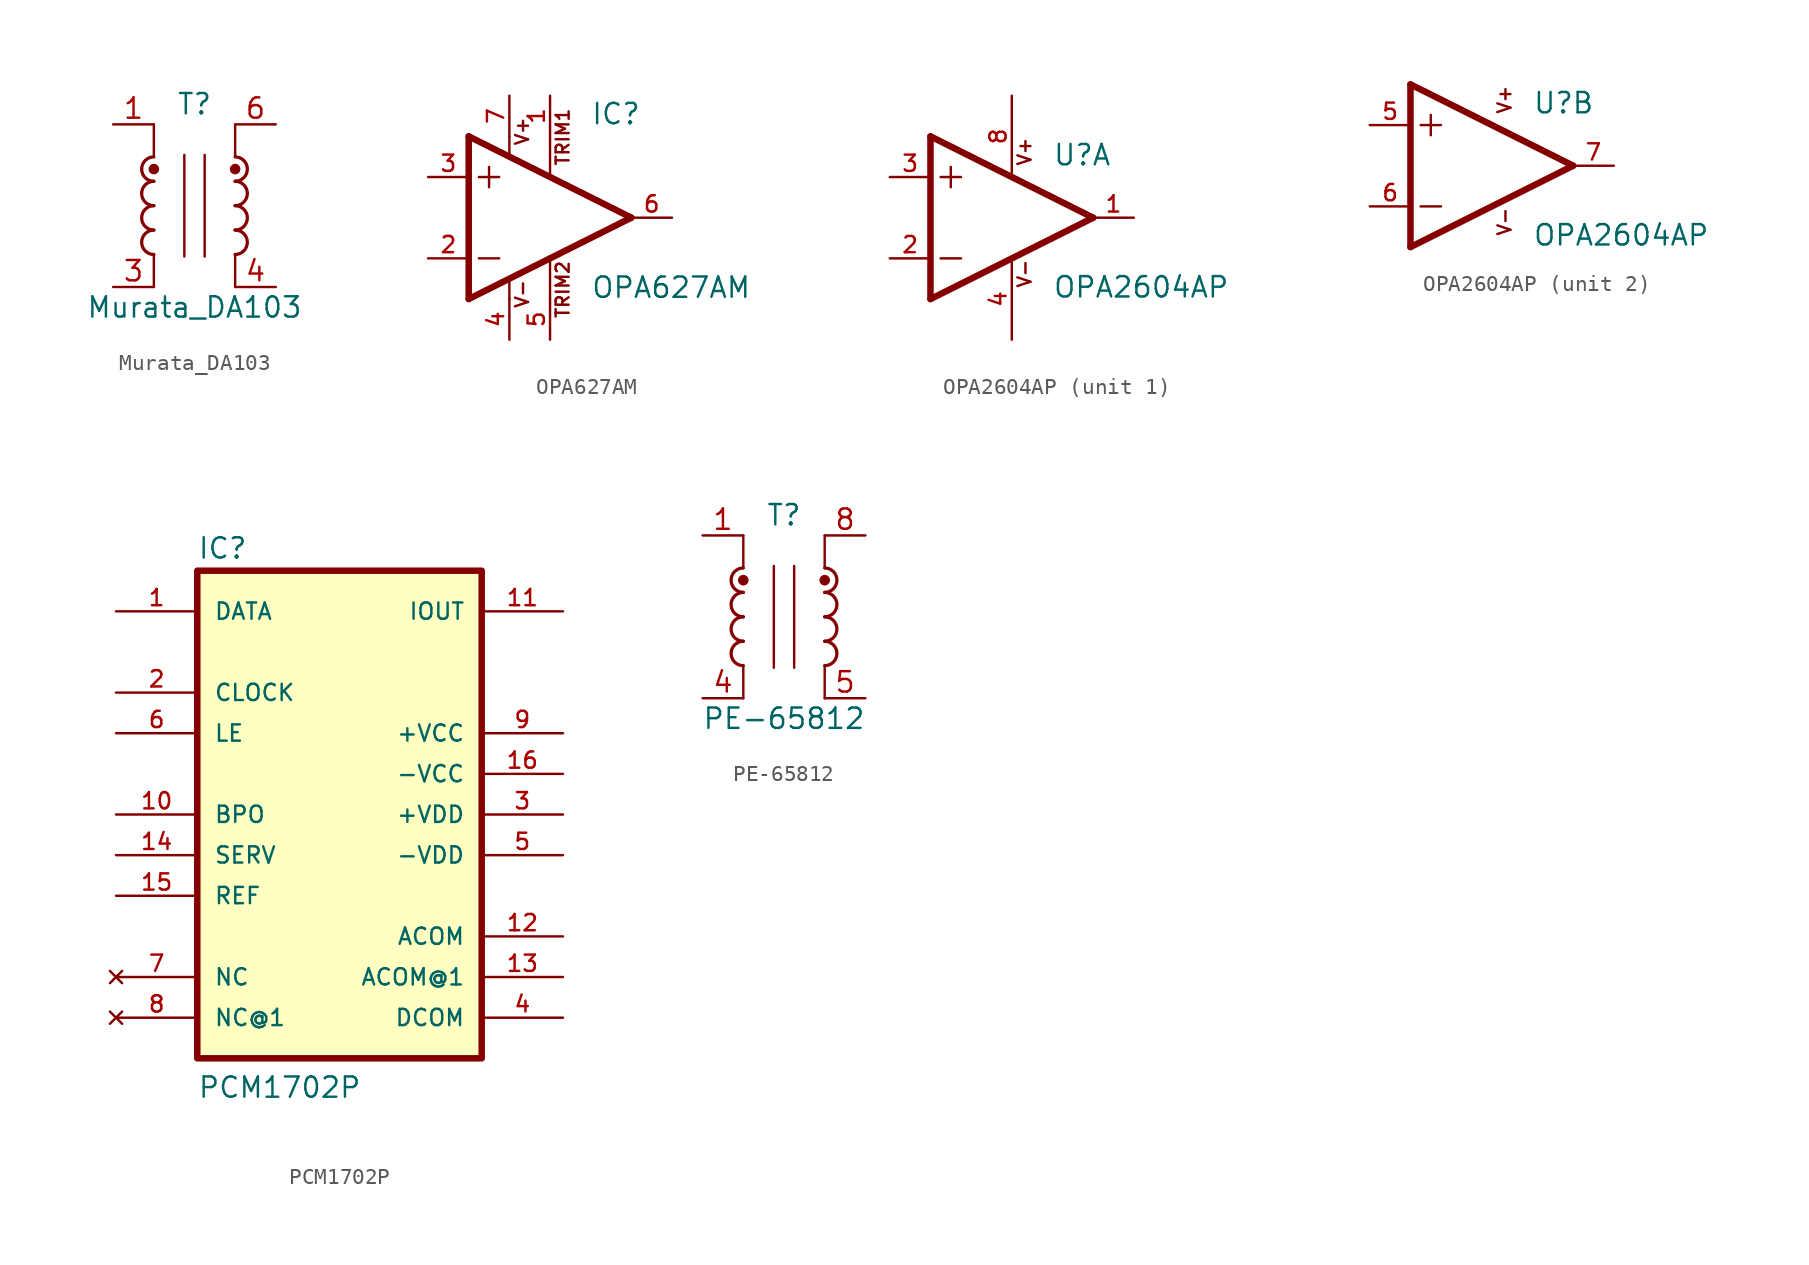
<source format=kicad_sym>
(kicad_symbol_lib
  (version 20231120)
  (generator "kicad_symbol_editor")
  (generator_version "8.0")
  (symbol "Murata_DA103"
    (pin_names hide)
    (property "Reference" "T"
      (at 0 6.35 0)
      (effects (font (size 1.27 1.27))))
    (property "Value" "Murata_DA103"
      (at 0 -6.35 0)
      (effects (font (size 1.27 1.27))))
    (symbol "Murata_DA103_0_1"
      (arc (start -2.54 -1.524) (mid -3.2987 -2.286) (end -2.54 -3.048) (stroke (width 0.2032) (type solid)) (fill (type none)))
      (arc (start -2.54 0) (mid -3.2987 -0.762) (end -2.54 -1.524) (stroke (width 0.2032) (type solid)) (fill (type none)))
      (arc (start -2.54 1.524) (mid -3.2987 0.762) (end -2.54 0) (stroke (width 0.2032) (type solid)) (fill (type none)))
      (circle (center -2.54 2.286) (radius 0.254) (stroke (width 0) (type solid)) (fill (type outline)))
      (polyline (pts (xy -2.54 -3.048) (xy -2.54 -5.08)) (stroke (width 0) (type solid)) (fill (type none)))
      (polyline (pts (xy -2.54 5.08) (xy -2.54 3.048)) (stroke (width 0) (type solid)) (fill (type none)))
      (polyline (pts (xy -0.635 3.175) (xy -0.635 -3.175)) (stroke (width 0) (type solid)) (fill (type none)))
      (polyline (pts (xy 0.635 3.175) (xy 0.635 -3.175)) (stroke (width 0) (type solid)) (fill (type none)))
      (polyline (pts (xy 2.54 -3.048) (xy 2.54 -5.08)) (stroke (width 0) (type solid)) (fill (type none)))
      (polyline (pts (xy 2.54 5.08) (xy 2.54 3.048)) (stroke (width 0) (type solid)) (fill (type none)))
      (arc (start 2.54 -3.048) (mid 3.2987 -2.286) (end 2.54 -1.524) (stroke (width 0.2032) (type solid)) (fill (type none)))
      (arc (start 2.54 -1.524) (mid 3.2987 -0.762) (end 2.54 0) (stroke (width 0.2032) (type solid)) (fill (type none)))
      (arc (start 2.54 0) (mid 3.2987 0.762) (end 2.54 1.524) (stroke (width 0.2032) (type solid)) (fill (type none)))
      (arc (start 2.54 1.524) (mid 3.2987 2.286) (end 2.54 3.048) (stroke (width 0.2032) (type solid)) (fill (type none)))
      (circle (center 2.54 2.286) (radius 0.254) (stroke (width 0) (type solid)) (fill (type outline))))
    (symbol "Murata_DA103_1_1"
      (arc (start -2.54 3.048) (mid -3.2987 2.286) (end -2.54 1.524) (stroke (width 0.2032) (type solid)) (fill (type none)))
      (pin passive line (at -5.08 5.08 0) (length 2.54) (name "~" (effects (font (size 1.27 1.27)))) (number "1" (effects (font (size 1.27 1.27)))))
      (pin passive line (at -5.08 -5.08 0) (length 2.54) (name "~" (effects (font (size 1.27 1.27)))) (number "3" (effects (font (size 1.27 1.27)))))
      (pin passive line (at 5.08 -5.08 180) (length 2.54) (name "~" (effects (font (size 1.27 1.27)))) (number "4" (effects (font (size 1.27 1.27)))))
      (pin passive line (at 5.08 5.08 180) (length 2.54) (name "~" (effects (font (size 1.27 1.27)))) (number "6" (effects (font (size 1.27 1.27)))))))
  (symbol "OPA627AM"
    (pin_names
      (offset 1.016) hide)
    (property "Reference" "IC"
      (at 2.54 5.74 0)
      (effects (font (size 1.27 1.27)) (justify left bottom)))
    (property "Value" "OPA627AM"
      (at 2.54 -5.105 0)
      (effects (font (size 1.27 1.27)) (justify left bottom)))
    (property "ki_locked" ""
      (at 0 0 0)
      (effects (font (size 1.27 1.27))))
    (symbol "OPA627AM_0_0"
      (polyline (pts (xy -5.08 -5.08) (xy 5.08 0)) (stroke (width 0.406) (type solid)) (fill (type none)))
      (polyline (pts (xy -5.08 5.08) (xy -5.08 -5.08)) (stroke (width 0.406) (type solid)) (fill (type none)))
      (polyline (pts (xy -4.445 -2.54) (xy -3.175 -2.54)) (stroke (width 0.152) (type solid)) (fill (type none)))
      (polyline (pts (xy -4.445 2.54) (xy -3.175 2.54)) (stroke (width 0.152) (type solid)) (fill (type none)))
      (polyline (pts (xy -3.81 3.175) (xy -3.81 1.905)) (stroke (width 0.152) (type solid)) (fill (type none)))
      (polyline (pts (xy -2.54 -3.912) (xy -2.54 -5.08)) (stroke (width 0.152) (type solid)) (fill (type none)))
      (polyline (pts (xy -2.54 5.08) (xy -2.54 3.886)) (stroke (width 0.152) (type solid)) (fill (type none)))
      (polyline (pts (xy 0 -2.616) (xy 0 -5.08)) (stroke (width 0.152) (type solid)) (fill (type none)))
      (polyline (pts (xy 0 5.055) (xy 0 2.616)) (stroke (width 0.152) (type solid)) (fill (type none)))
      (polyline (pts (xy 5.08 0) (xy -5.08 5.08)) (stroke (width 0.406) (type solid)) (fill (type none)))
      (text "TRIM1" (at 1.27 3.175 900) (effects (font (size 0.813 0.813)) (justify left bottom)))
      (text "TRIM2" (at 1.27 -6.35 900) (effects (font (size 0.813 0.813)) (justify left bottom)))
      (text "V+" (at -1.27 4.445 900) (effects (font (size 0.813 0.813)) (justify left bottom)))
      (text "V-" (at -1.27 -5.715 900) (effects (font (size 0.813 0.813)) (justify left bottom)))
      (pin passive line (at 0 7.62 270) (length 2.54) (name "~" (effects (font (size 1.016 1.016)))) (number "1" (effects (font (size 1.016 1.016)))))
      (pin input line (at -7.62 -2.54 0) (length 2.54) (name "~" (effects (font (size 1.016 1.016)))) (number "2" (effects (font (size 1.016 1.016)))))
      (pin input line (at -7.62 2.54 0) (length 2.54) (name "~" (effects (font (size 1.016 1.016)))) (number "3" (effects (font (size 1.016 1.016)))))
      (pin power_in line (at -2.54 -7.62 90) (length 2.54) (name "~" (effects (font (size 1.016 1.016)))) (number "4" (effects (font (size 1.016 1.016)))))
      (pin passive line (at 0 -7.62 90) (length 2.54) (name "~" (effects (font (size 1.016 1.016)))) (number "5" (effects (font (size 1.016 1.016)))))
      (pin output line (at 7.62 0 180) (length 2.54) (name "~" (effects (font (size 1.016 1.016)))) (number "6" (effects (font (size 1.016 1.016)))))
      (pin power_in line (at -2.54 7.62 270) (length 2.54) (name "~" (effects (font (size 1.016 1.016)))) (number "7" (effects (font (size 1.016 1.016)))))))
  (symbol "OPA2604AP"
    (pin_names
      (offset 1.016) hide)
    (property "Reference" "U"
      (at 2.54 3.175 0)
      (effects (font (size 1.27 1.27)) (justify left bottom)))
    (property "Value" "OPA2604AP"
      (at 2.54 -5.08 0)
      (effects (font (size 1.27 1.27)) (justify left bottom)))
    (property "ki_locked" ""
      (at 0 0 0)
      (effects (font (size 1.27 1.27))))
    (symbol "OPA2604AP_0_0"
      (text "V+" (at 1.27 3.175 900) (effects (font (size 0.813 0.813)) (justify left bottom)))
      (text "V-" (at 1.27 -4.445 900) (effects (font (size 0.813 0.813)) (justify left bottom))))
    (symbol "OPA2604AP_1_0"
      (polyline (pts (xy -5.08 -5.08) (xy 5.08 0)) (stroke (width 0.406) (type solid)) (fill (type none)))
      (polyline (pts (xy -5.08 5.08) (xy -5.08 -5.08)) (stroke (width 0.406) (type solid)) (fill (type none)))
      (polyline (pts (xy -4.445 -2.54) (xy -3.175 -2.54)) (stroke (width 0.152) (type solid)) (fill (type none)))
      (polyline (pts (xy -4.445 2.54) (xy -3.175 2.54)) (stroke (width 0.152) (type solid)) (fill (type none)))
      (polyline (pts (xy -3.81 3.175) (xy -3.81 1.905)) (stroke (width 0.152) (type solid)) (fill (type none)))
      (polyline (pts (xy 5.08 0) (xy -5.08 5.08)) (stroke (width 0.406) (type solid)) (fill (type none)))
      (pin output line (at 7.62 0 180) (length 2.54) (name "~" (effects (font (size 1.016 1.016)))) (number "1" (effects (font (size 1.016 1.016)))))
      (pin input line (at -7.62 -2.54 0) (length 2.54) (name "~" (effects (font (size 1.016 1.016)))) (number "2" (effects (font (size 1.016 1.016)))))
      (pin input line (at -7.62 2.54 0) (length 2.54) (name "~" (effects (font (size 1.016 1.016)))) (number "3" (effects (font (size 1.016 1.016)))))
      (pin power_in line (at 0 -7.62 90) (length 5.08) (name "~" (effects (font (size 1.016 1.016)))) (number "4" (effects (font (size 1.016 1.016)))))
      (pin power_in line (at 0 7.62 270) (length 5.08) (name "~" (effects (font (size 1.016 1.016)))) (number "8" (effects (font (size 1.016 1.016))))))
    (symbol "OPA2604AP_2_0"
      (polyline (pts (xy -5.08 -5.08) (xy 5.08 0)) (stroke (width 0.406) (type solid)) (fill (type none)))
      (polyline (pts (xy -5.08 5.08) (xy -5.08 -5.08)) (stroke (width 0.406) (type solid)) (fill (type none)))
      (polyline (pts (xy -4.445 -2.54) (xy -3.175 -2.54)) (stroke (width 0.152) (type solid)) (fill (type none)))
      (polyline (pts (xy -4.445 2.54) (xy -3.175 2.54)) (stroke (width 0.152) (type solid)) (fill (type none)))
      (polyline (pts (xy -3.81 3.175) (xy -3.81 1.905)) (stroke (width 0.152) (type solid)) (fill (type none)))
      (polyline (pts (xy 5.08 0) (xy -5.08 5.08)) (stroke (width 0.406) (type solid)) (fill (type none)))
      (pin input line (at -7.62 2.54 0) (length 2.54) (name "~" (effects (font (size 1.016 1.016)))) (number "5" (effects (font (size 1.016 1.016)))))
      (pin input line (at -7.62 -2.54 0) (length 2.54) (name "~" (effects (font (size 1.016 1.016)))) (number "6" (effects (font (size 1.016 1.016)))))
      (pin output line (at 7.62 0 180) (length 2.54) (name "~" (effects (font (size 1.016 1.016)))) (number "7" (effects (font (size 1.016 1.016)))))))
  (symbol "PCM1702P"
    (pin_names
      (offset 1.016))
    (property "Reference" "IC"
      (at -7.62 15.9 0)
      (effects (font (size 1.27 1.27)) (justify left bottom)))
    (property "Value" "PCM1702P"
      (at -7.62 -17.805 0)
      (effects (font (size 1.27 1.27)) (justify left bottom)))
    (property "ki_locked" ""
      (at 0 0 0)
      (effects (font (size 1.27 1.27))))
    (symbol "PCM1702P_0_0"
      (rectangle (start -7.62 -15.24) (end 10.16 15.24) (stroke (width 0.406) (type solid)) (fill (type background)))
      (pin input line (at -12.7 12.7 0) (length 5.08) (name "DATA" (effects (font (size 1.016 1.016)))) (number "1" (effects (font (size 1.016 1.016)))))
      (pin passive line (at -12.7 0 0) (length 5.08) (name "BPO" (effects (font (size 1.016 1.016)))) (number "10" (effects (font (size 1.016 1.016)))))
      (pin output line (at 15.24 12.7 180) (length 5.08) (name "IOUT" (effects (font (size 1.016 1.016)))) (number "11" (effects (font (size 1.016 1.016)))))
      (pin power_in line (at 15.24 -7.62 180) (length 5.08) (name "ACOM" (effects (font (size 1.016 1.016)))) (number "12" (effects (font (size 1.016 1.016)))))
      (pin power_in line (at 15.24 -10.16 180) (length 5.08) (name "ACOM@1" (effects (font (size 1.016 1.016)))) (number "13" (effects (font (size 1.016 1.016)))))
      (pin passive line (at -12.7 -2.54 0) (length 5.08) (name "SERV" (effects (font (size 1.016 1.016)))) (number "14" (effects (font (size 1.016 1.016)))))
      (pin passive line (at -12.7 -5.08 0) (length 5.08) (name "REF" (effects (font (size 1.016 1.016)))) (number "15" (effects (font (size 1.016 1.016)))))
      (pin power_in line (at 15.24 2.54 180) (length 5.08) (name "-VCC" (effects (font (size 1.016 1.016)))) (number "16" (effects (font (size 1.016 1.016)))))
      (pin input line (at -12.7 7.62 0) (length 5.08) (name "CLOCK" (effects (font (size 1.016 1.016)))) (number "2" (effects (font (size 1.016 1.016)))))
      (pin power_in line (at 15.24 0 180) (length 5.08) (name "+VDD" (effects (font (size 1.016 1.016)))) (number "3" (effects (font (size 1.016 1.016)))))
      (pin power_in line (at 15.24 -12.7 180) (length 5.08) (name "DCOM" (effects (font (size 1.016 1.016)))) (number "4" (effects (font (size 1.016 1.016)))))
      (pin power_in line (at 15.24 -2.54 180) (length 5.08) (name "-VDD" (effects (font (size 1.016 1.016)))) (number "5" (effects (font (size 1.016 1.016)))))
      (pin input line (at -12.7 5.08 0) (length 5.08) (name "LE" (effects (font (size 1.016 1.016)))) (number "6" (effects (font (size 1.016 1.016)))))
      (pin no_connect line (at -12.7 -10.16 0) (length 5.08) (name "NC" (effects (font (size 1.016 1.016)))) (number "7" (effects (font (size 1.016 1.016)))))
      (pin no_connect line (at -12.7 -12.7 0) (length 5.08) (name "NC@1" (effects (font (size 1.016 1.016)))) (number "8" (effects (font (size 1.016 1.016)))))
      (pin power_in line (at 15.24 5.08 180) (length 5.08) (name "+VCC" (effects (font (size 1.016 1.016)))) (number "9" (effects (font (size 1.016 1.016)))))))
  (symbol "PE-65812"
    (pin_names hide)
    (property "Reference" "T"
      (at 0 6.35 0)
      (effects (font (size 1.27 1.27))))
    (property "Value" "PE-65812"
      (at 0 -6.35 0)
      (effects (font (size 1.27 1.27))))
    (symbol "PE-65812_0_1"
      (arc (start -2.54 -1.524) (mid -3.2987 -2.286) (end -2.54 -3.048) (stroke (width 0.2032) (type solid)) (fill (type none)))
      (arc (start -2.54 0) (mid -3.2987 -0.762) (end -2.54 -1.524) (stroke (width 0.2032) (type solid)) (fill (type none)))
      (arc (start -2.54 1.524) (mid -3.2987 0.762) (end -2.54 0) (stroke (width 0.2032) (type solid)) (fill (type none)))
      (circle (center -2.54 2.286) (radius 0.254) (stroke (width 0) (type solid)) (fill (type outline)))
      (polyline (pts (xy -2.54 -3.048) (xy -2.54 -5.08)) (stroke (width 0) (type solid)) (fill (type none)))
      (polyline (pts (xy -2.54 5.08) (xy -2.54 3.048)) (stroke (width 0) (type solid)) (fill (type none)))
      (polyline (pts (xy -0.635 3.175) (xy -0.635 -3.175)) (stroke (width 0) (type solid)) (fill (type none)))
      (polyline (pts (xy 0.635 3.175) (xy 0.635 -3.175)) (stroke (width 0) (type solid)) (fill (type none)))
      (polyline (pts (xy 2.54 -3.048) (xy 2.54 -5.08)) (stroke (width 0) (type solid)) (fill (type none)))
      (polyline (pts (xy 2.54 5.08) (xy 2.54 3.048)) (stroke (width 0) (type solid)) (fill (type none)))
      (arc (start 2.54 -3.048) (mid 3.2987 -2.286) (end 2.54 -1.524) (stroke (width 0.2032) (type solid)) (fill (type none)))
      (arc (start 2.54 -1.524) (mid 3.2987 -0.762) (end 2.54 0) (stroke (width 0.2032) (type solid)) (fill (type none)))
      (arc (start 2.54 0) (mid 3.2987 0.762) (end 2.54 1.524) (stroke (width 0.2032) (type solid)) (fill (type none)))
      (arc (start 2.54 1.524) (mid 3.2987 2.286) (end 2.54 3.048) (stroke (width 0.2032) (type solid)) (fill (type none)))
      (circle (center 2.54 2.286) (radius 0.254) (stroke (width 0) (type solid)) (fill (type outline))))
    (symbol "PE-65812_1_1"
      (arc (start -2.54 3.048) (mid -3.2987 2.286) (end -2.54 1.524) (stroke (width 0.2032) (type solid)) (fill (type none)))
      (pin passive line (at -5.08 5.08 0) (length 2.54) (name "~" (effects (font (size 1.27 1.27)))) (number "1" (effects (font (size 1.27 1.27)))))
      (pin passive line (at -5.08 -5.08 0) (length 2.54) (name "~" (effects (font (size 1.27 1.27)))) (number "4" (effects (font (size 1.27 1.27)))))
      (pin passive line (at 5.08 -5.08 180) (length 2.54) (name "~" (effects (font (size 1.27 1.27)))) (number "5" (effects (font (size 1.27 1.27)))))
      (pin passive line (at 5.08 5.08 180) (length 2.54) (name "~" (effects (font (size 1.27 1.27)))) (number "8" (effects (font (size 1.27 1.27))))))))
</source>
